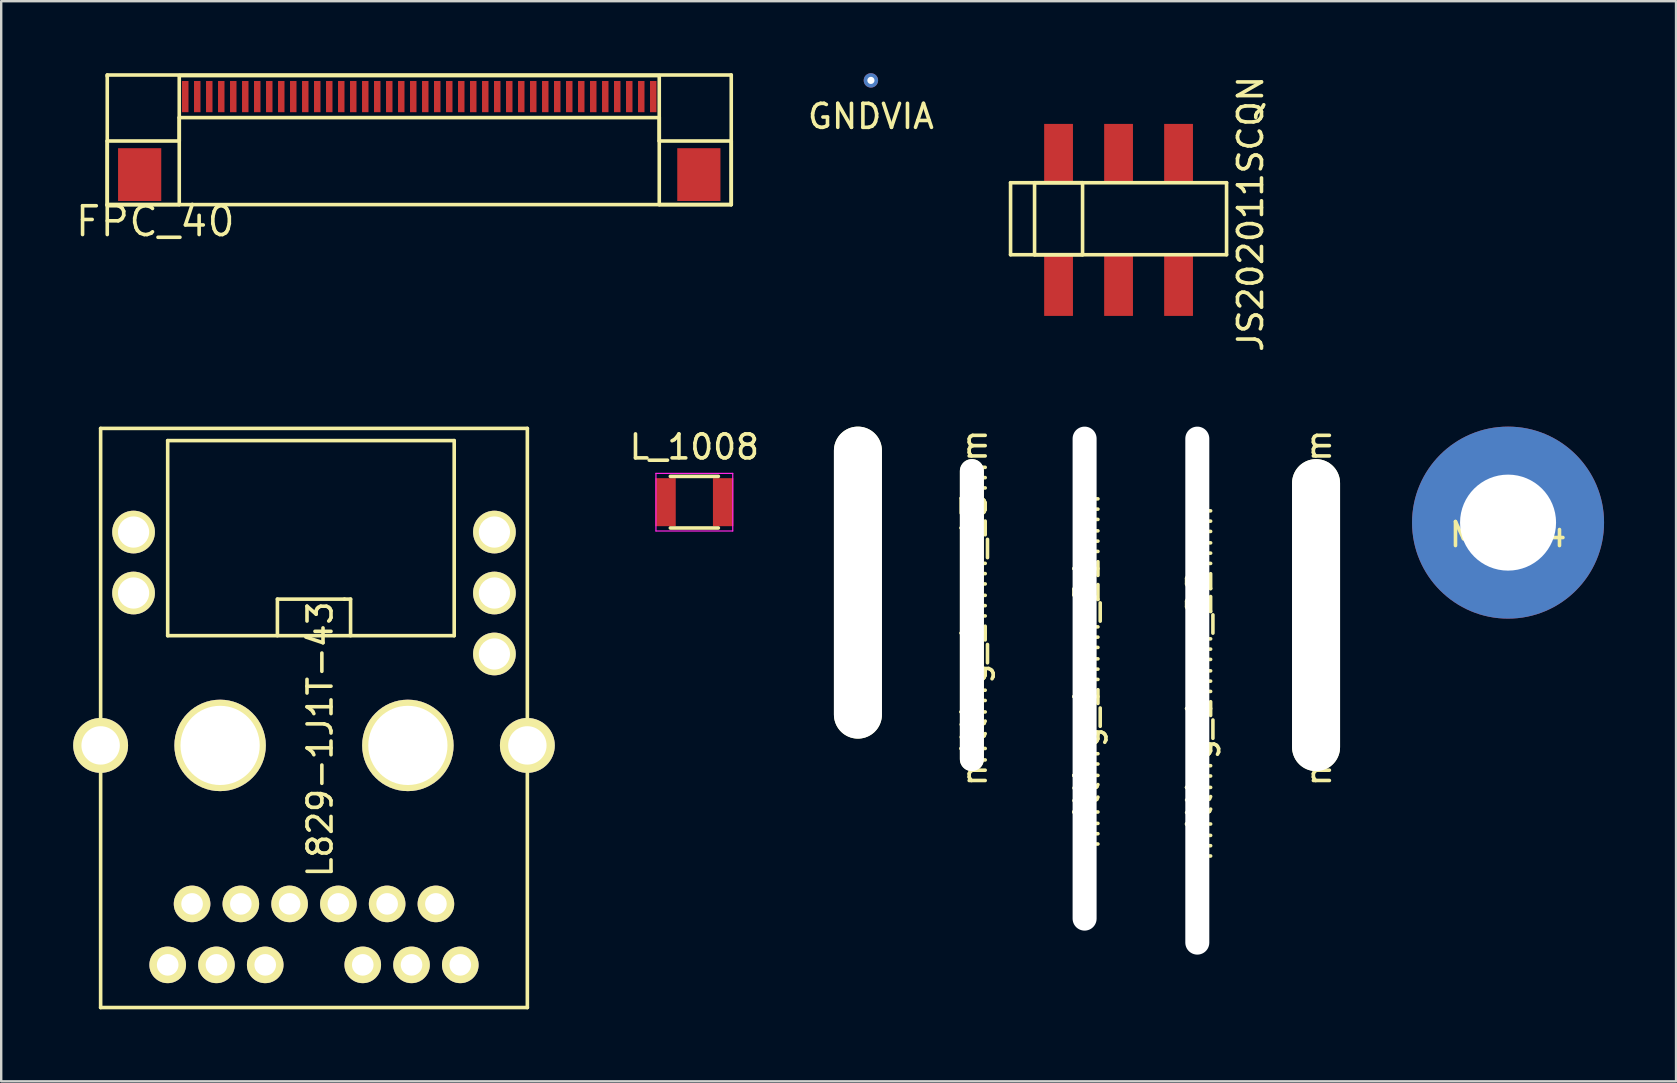
<source format=kicad_pcb>
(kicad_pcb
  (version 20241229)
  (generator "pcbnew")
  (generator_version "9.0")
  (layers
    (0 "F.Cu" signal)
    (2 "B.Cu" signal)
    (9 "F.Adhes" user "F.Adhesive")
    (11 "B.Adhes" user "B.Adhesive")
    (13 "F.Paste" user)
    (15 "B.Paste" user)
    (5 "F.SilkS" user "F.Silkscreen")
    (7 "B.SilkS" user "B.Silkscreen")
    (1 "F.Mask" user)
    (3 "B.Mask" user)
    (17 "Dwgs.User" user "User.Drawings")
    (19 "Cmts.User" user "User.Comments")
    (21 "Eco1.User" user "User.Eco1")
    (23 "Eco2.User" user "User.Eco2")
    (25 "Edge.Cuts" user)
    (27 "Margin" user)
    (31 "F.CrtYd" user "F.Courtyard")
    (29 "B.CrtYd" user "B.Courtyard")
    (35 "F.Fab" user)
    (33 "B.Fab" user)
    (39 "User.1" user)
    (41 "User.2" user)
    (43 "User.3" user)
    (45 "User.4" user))
  (footprint "GNDVIA"
    (layer "F.Cu")
    (at 33.238 0.3)
    (property "Reference" "GNDVIA" (at 0 1.5 0) (layer "F.SilkS") (effects (font (size 1 1) (thickness 0.15))))
    (attr through_hole)
    (pad "GND" thru_hole circle (at 0 0) (size 0.6 0.6) (drill 0.3) (layers "*.Cu" "*.Mask")))
  (footprint "milling_2mm_13mm"
    (layer "F.Cu")
    (at 51.786 22.58)
    (property "Reference" "milling_2mm_13mm" (at 0.1 -0.3 90) (layer "F.SilkS") (effects (font (size 1 1) (thickness 0.15))))
    (attr through_hole)
    (pad "" np_thru_hole oval (at 0 0) (size 2 13) (drill oval 2 13) (layers "*.Cu" "*.Mask" "F.SilkS")))
  (footprint "milling"
    (layer "F.Cu")
    (at 32.697 21.226)
    (property "Reference" "milling" (at 0.1 -0.3 90) (layer "F.SilkS") (effects (font (size 1 1) (thickness 0.15))))
    (attr through_hole)
    (pad "" np_thru_hole oval (at 0 0) (size 2 13) (drill oval 2 13) (layers "*.Cu" "*.Mask" "F.SilkS")))
  (footprint "L_1008"
    (layer "F.Cu")
    (at 25.881 17.874)
    (property "Reference" "L_1008" (at 0 -2.3 0) (layer "F.SilkS") (effects (font (size 1 1) (thickness 0.15))))
    (attr smd)
    (fp_line (start -1 -1.075) (end 1 -1.075) (stroke (width 0.15) (type solid)) (layer "F.SilkS"))
    (fp_line (start 1 1.075) (end -1 1.075) (stroke (width 0.15) (type solid)) (layer "F.SilkS"))
    (fp_line (start -1.6 -1.2) (end -1.6 1.2) (stroke (width 0.05) (type solid)) (layer "F.CrtYd"))
    (fp_line (start -1.6 -1.2) (end 1.6 -1.2) (stroke (width 0.05) (type solid)) (layer "F.CrtYd"))
    (fp_line (start -1.6 1.2) (end 1.6 1.2) (stroke (width 0.05) (type solid)) (layer "F.CrtYd"))
    (fp_line (start 1.6 -1.2) (end 1.6 1.2) (stroke (width 0.05) (type solid)) (layer "F.CrtYd"))
    (pad "1" smd rect (at -1.2 0) (size 0.85 2) (layers "F.Cu" "F.Mask" "F.Paste"))
    (pad "2" smd rect (at 1.2 0) (size 0.85 2) (layers "F.Cu" "F.Mask" "F.Paste")))
  (footprint "milling_1mm_13mm"
    (layer "F.Cu")
    (at 37.445 22.58)
    (property "Reference" "milling_1mm_13mm" (at 0.1 -0.3 90) (layer "F.SilkS") (effects (font (size 1 1) (thickness 0.15))))
    (attr through_hole)
    (pad "" np_thru_hole oval (at 0 0) (size 1 13) (drill oval 1 13) (layers "*.Cu" "*.Mask" "F.SilkS")))
  (footprint "JS202011SCQN"
    (layer "F.Cu")
    (at 43.557 5.163)
    (property "Reference" "JS202011SCQN" (at 5.5 0.7 90) (layer "F.SilkS") (effects (font (size 1 1) (thickness 0.15))))
    (attr through_hole)
    (fp_line (start -4.5 -0.6) (end 4.5 -0.6) (stroke (width 0.15) (type solid)) (layer "F.SilkS"))
    (fp_line (start -4.5 2.4) (end -4.5 -0.6) (stroke (width 0.15) (type solid)) (layer "F.SilkS"))
    (fp_line (start -3.5 -0.6) (end -1.5 -0.6) (stroke (width 0.15) (type solid)) (layer "F.SilkS"))
    (fp_line (start -3.5 2.4) (end -3.5 -0.6) (stroke (width 0.15) (type solid)) (layer "F.SilkS"))
    (fp_line (start -1.5 -0.6) (end -1.5 2.4) (stroke (width 0.15) (type solid)) (layer "F.SilkS"))
    (fp_line (start -1.5 2.4) (end -3.5 2.4) (stroke (width 0.15) (type solid)) (layer "F.SilkS"))
    (fp_line (start 4.5 -0.6) (end 4.5 2.4) (stroke (width 0.15) (type solid)) (layer "F.SilkS"))
    (fp_line (start 4.5 2.4) (end -4.5 2.4) (stroke (width 0.15) (type solid)) (layer "F.SilkS"))
    (pad "1" smd rect (at -2.5 3.7) (size 1.2 2.5) (layers "F.Cu" "F.Mask" "F.Paste"))
    (pad "2" smd rect (at 0 3.7) (size 1.2 2.5) (layers "F.Cu" "F.Mask" "F.Paste"))
    (pad "3" smd rect (at 2.5 3.7) (size 1.2 2.5) (layers "F.Cu" "F.Mask" "F.Paste"))
    (pad "4" smd rect (at -2.5 -1.8) (size 1.2 2.5) (layers "F.Cu" "F.Mask" "F.Paste"))
    (pad "5" smd rect (at 0 -1.8) (size 1.2 2.5) (layers "F.Cu" "F.Mask" "F.Paste"))
    (pad "6" smd rect (at 2.5 -1.8) (size 1.2 2.5) (layers "F.Cu" "F.Mask" "F.Paste")))
  (footprint "milling_1mm_21mm"
    (layer "F.Cu")
    (at 42.142 25.226)
    (property "Reference" "milling_1mm_21mm" (at 0.1 -0.3 90) (layer "F.SilkS") (effects (font (size 1 1) (thickness 0.15))))
    (attr through_hole)
    (pad "" np_thru_hole oval (at 0 0) (size 1 21) (drill oval 1 21) (layers "*.Cu" "*.Mask")))
  (footprint "MNT04"
    (layer "F.Cu")
    (at 59.786 18.726)
    (property "Reference" "MNT04" (at 0 0.5 0) (layer "F.SilkS") (effects (font (size 1 1) (thickness 0.15))))
    (attr exclude_from_pos_files exclude_from_bom)
    (pad "1" thru_hole circle (at 0 0) (size 8 8) (drill 4) (layers "*.Cu" "*.Mask")))
  (footprint "milling_1mm_22mm"
    (layer "F.Cu")
    (at 46.838 25.726)
    (property "Reference" "milling_1mm_22mm" (at 0.1 -0.3 90) (layer "F.SilkS") (effects (font (size 1 1) (thickness 0.15))))
    (attr exclude_from_pos_files exclude_from_bom)
    (pad "" np_thru_hole oval (at 0 0) (size 1 22) (drill oval 1 22) (layers "*.Cu" "*.Mask")))
  (footprint "L829-1J1T-43"
    (layer "F.Cu")
    (at 10.033 28.009)
    (property "Reference" "L829-1J1T-43" (at 0.254 -0.254 90) (layer "F.SilkS") (effects (font (size 1 1) (thickness 0.15))))
    (attr through_hole)
    (fp_line (start -8.89 -13.208) (end -8.89 0) (stroke (width 0.15) (type solid)) (layer "F.SilkS"))
    (fp_line (start -8.89 0) (end -8.89 10.922) (stroke (width 0.15) (type solid)) (layer "F.SilkS"))
    (fp_line (start -8.89 10.922) (end 8.89 10.922) (stroke (width 0.15) (type solid)) (layer "F.SilkS"))
    (fp_line (start -6.096 -12.7) (end 5.842 -12.7) (stroke (width 0.15) (type solid)) (layer "F.SilkS"))
    (fp_line (start -6.096 -4.572) (end -6.096 -12.7) (stroke (width 0.15) (type solid)) (layer "F.SilkS"))
    (fp_line (start -1.524 -6.096) (end 1.27 -6.096) (stroke (width 0.15) (type solid)) (layer "F.SilkS"))
    (fp_line (start -1.524 -4.572) (end -1.524 -6.096) (stroke (width 0.15) (type solid)) (layer "F.SilkS"))
    (fp_line (start 1.27 -6.096) (end 1.524 -6.096) (stroke (width 0.15) (type solid)) (layer "F.SilkS"))
    (fp_line (start 1.524 -6.096) (end 1.524 -4.572) (stroke (width 0.15) (type solid)) (layer "F.SilkS"))
    (fp_line (start 5.842 -12.7) (end 5.842 -4.572) (stroke (width 0.15) (type solid)) (layer "F.SilkS"))
    (fp_line (start 5.842 -4.572) (end -6.096 -4.572) (stroke (width 0.15) (type solid)) (layer "F.SilkS"))
    (fp_line (start 8.89 -13.208) (end -8.89 -13.208) (stroke (width 0.15) (type solid)) (layer "F.SilkS"))
    (fp_line (start 8.89 0) (end 8.89 -13.208) (stroke (width 0.15) (type solid)) (layer "F.SilkS"))
    (fp_line (start 8.89 10.922) (end 8.89 0) (stroke (width 0.15) (type solid)) (layer "F.SilkS"))
    (pad "1" thru_hole circle (at -5.08 6.604) (size 1.524 1.524) (drill 0.9) (layers "*.Cu" "*.Mask" "F.SilkS"))
    (pad "2" thru_hole circle (at -3.048 6.604) (size 1.524 1.524) (drill 0.9) (layers "*.Cu" "*.Mask" "F.SilkS"))
    (pad "3" thru_hole circle (at -1.016 6.604) (size 1.524 1.524) (drill 0.9) (layers "*.Cu" "*.Mask" "F.SilkS"))
    (pad "4" thru_hole circle (at 1.016 6.604) (size 1.524 1.524) (drill 0.9) (layers "*.Cu" "*.Mask" "F.SilkS"))
    (pad "5" thru_hole circle (at 3.048 6.604) (size 1.524 1.524) (drill 0.9) (layers "*.Cu" "*.Mask" "F.SilkS"))
    (pad "6" thru_hole circle (at 5.08 6.604) (size 1.524 1.524) (drill 0.9) (layers "*.Cu" "*.Mask" "F.SilkS"))
    (pad "7" thru_hole circle (at -6.096 9.144) (size 1.524 1.524) (drill 0.9) (layers "*.Cu" "*.Mask" "F.SilkS"))
    (pad "8" thru_hole circle (at -4.064 9.144) (size 1.524 1.524) (drill 0.9) (layers "*.Cu" "*.Mask" "F.SilkS"))
    (pad "9" thru_hole circle (at -2.032 9.144) (size 1.524 1.524) (drill 0.9) (layers "*.Cu" "*.Mask" "F.SilkS"))
    (pad "10" thru_hole circle (at 2.032 9.144) (size 1.524 1.524) (drill 0.9) (layers "*.Cu" "*.Mask" "F.SilkS"))
    (pad "11" thru_hole circle (at 4.064 9.144) (size 1.524 1.524) (drill 0.9) (layers "*.Cu" "*.Mask" "F.SilkS"))
    (pad "12" thru_hole circle (at 6.096 9.144) (size 1.524 1.524) (drill 0.9) (layers "*.Cu" "*.Mask" "F.SilkS"))
    (pad "13" thru_hole circle (at -7.518 -6.35) (size 1.778 1.778) (drill 1.3) (layers "*.Cu" "*.Mask" "F.SilkS"))
    (pad "14" thru_hole circle (at -7.518 -8.89) (size 1.778 1.778) (drill 1.3) (layers "*.Cu" "*.Mask" "F.SilkS"))
    (pad "15" thru_hole circle (at 7.518 -3.81) (size 1.778 1.778) (drill 1.3) (layers "*.Cu" "*.Mask" "F.SilkS"))
    (pad "16" thru_hole circle (at 7.518 -6.35) (size 1.778 1.778) (drill 1.3) (layers "*.Cu" "*.Mask" "F.SilkS"))
    (pad "17" thru_hole circle (at 7.518 -8.89) (size 1.778 1.778) (drill 1.3) (layers "*.Cu" "*.Mask" "F.SilkS"))
    (pad "18" thru_hole circle (at -3.912 0) (size 3.81 3.81) (drill 3.3) (layers "*.Cu" "*.Mask" "F.SilkS"))
    (pad "19" thru_hole circle (at 3.912 0) (size 3.81 3.81) (drill 3.3) (layers "*.Cu" "*.Mask" "F.SilkS"))
    (pad "20" thru_hole circle (at -8.89 0) (size 2.286 2.286) (drill 1.6) (layers "*.Cu" "*.Mask" "F.SilkS"))
    (pad "21" thru_hole circle (at 8.89 0) (size 2.286 2.286) (drill 1.6) (layers "*.Cu" "*.Mask" "F.SilkS")))
  (footprint "FPC_40"
    (layer "F.Cu")
    (at 14.419 2.775)
    (property "Reference" "FPC_40" (at -11 3.4 0) (layer "F.SilkS") (effects (font (size 1.2 1.2) (thickness 0.15))))
    (attr through_hole)
    (fp_line (start -13 -2.7) (end 13 -2.7) (stroke (width 0.15) (type solid)) (layer "F.SilkS"))
    (fp_line (start -13 -2.65) (end -13 -2.7) (stroke (width 0.15) (type solid)) (layer "F.SilkS"))
    (fp_line (start -13 0.05) (end -10 0.05) (stroke (width 0.15) (type solid)) (layer "F.SilkS"))
    (fp_line (start -13 2.7) (end -13 -2.65) (stroke (width 0.15) (type solid)) (layer "F.SilkS"))
    (fp_line (start -13 2.7) (end -13 0.05) (stroke (width 0.15) (type solid)) (layer "F.SilkS"))
    (fp_line (start -10 -2.675) (end 10 -2.675) (stroke (width 0.15) (type solid)) (layer "F.SilkS"))
    (fp_line (start -10 -0.925) (end -10 2.7) (stroke (width 0.15) (type solid)) (layer "F.SilkS"))
    (fp_line (start -10 -0.925) (end 10 -0.925) (stroke (width 0.15) (type solid)) (layer "F.SilkS"))
    (fp_line (start -10 0.05) (end -10 -2.675) (stroke (width 0.15) (type solid)) (layer "F.SilkS"))
    (fp_line (start -10 2.7) (end -13 2.7) (stroke (width 0.15) (type solid)) (layer "F.SilkS"))
    (fp_line (start 10 -0.925) (end 10 2.7) (stroke (width 0.15) (type solid)) (layer "F.SilkS"))
    (fp_line (start 10 0.05) (end 10 -2.675) (stroke (width 0.15) (type solid)) (layer "F.SilkS"))
    (fp_line (start 10 2.7) (end 13 2.7) (stroke (width 0.15) (type solid)) (layer "F.SilkS"))
    (fp_line (start 13 -2.7) (end 13 2.7) (stroke (width 0.15) (type solid)) (layer "F.SilkS"))
    (fp_line (start 13 0.05) (end 10 0.05) (stroke (width 0.15) (type solid)) (layer "F.SilkS"))
    (fp_line (start 13 2.7) (end -13 2.7) (stroke (width 0.15) (type solid)) (layer "F.SilkS"))
    (fp_line (start 13 2.7) (end 13 0.05) (stroke (width 0.15) (type solid)) (layer "F.SilkS"))
    (pad "0" smd rect (at -11.65 1.45) (size 1.8 2.2) (layers "F.Cu" "F.Mask" "F.Paste"))
    (pad "0" smd rect (at 11.65 1.45) (size 1.8 2.2) (layers "F.Cu" "F.Mask" "F.Paste"))
    (pad "1" smd rect (at -9.75 -1.8) (size 0.27 1.3) (layers "F.Cu" "F.Mask" "F.Paste"))
    (pad "2" smd rect (at -9.25 -1.8) (size 0.27 1.3) (layers "F.Cu" "F.Mask" "F.Paste"))
    (pad "3" smd rect (at -8.75 -1.8) (size 0.27 1.3) (layers "F.Cu" "F.Mask" "F.Paste"))
    (pad "4" smd rect (at -8.25 -1.8) (size 0.27 1.3) (layers "F.Cu" "F.Mask" "F.Paste"))
    (pad "5" smd rect (at -7.75 -1.8) (size 0.27 1.3) (layers "F.Cu" "F.Mask" "F.Paste"))
    (pad "6" smd rect (at -7.25 -1.8) (size 0.27 1.3) (layers "F.Cu" "F.Mask" "F.Paste"))
    (pad "7" smd rect (at -6.75 -1.8) (size 0.27 1.3) (layers "F.Cu" "F.Mask" "F.Paste"))
    (pad "8" smd rect (at -6.25 -1.8) (size 0.27 1.3) (layers "F.Cu" "F.Mask" "F.Paste"))
    (pad "9" smd rect (at -5.75 -1.8) (size 0.27 1.3) (layers "F.Cu" "F.Mask" "F.Paste"))
    (pad "10" smd rect (at -5.25 -1.8) (size 0.27 1.3) (layers "F.Cu" "F.Mask" "F.Paste"))
    (pad "11" smd rect (at -4.75 -1.8) (size 0.27 1.3) (layers "F.Cu" "F.Mask" "F.Paste"))
    (pad "12" smd rect (at -4.25 -1.8) (size 0.27 1.3) (layers "F.Cu" "F.Mask" "F.Paste"))
    (pad "13" smd rect (at -3.75 -1.8) (size 0.27 1.3) (layers "F.Cu" "F.Mask" "F.Paste"))
    (pad "14" smd rect (at -3.25 -1.8) (size 0.27 1.3) (layers "F.Cu" "F.Mask" "F.Paste"))
    (pad "15" smd rect (at -2.75 -1.8) (size 0.27 1.3) (layers "F.Cu" "F.Mask" "F.Paste"))
    (pad "16" smd rect (at -2.25 -1.8) (size 0.27 1.3) (layers "F.Cu" "F.Mask" "F.Paste"))
    (pad "17" smd rect (at -1.75 -1.8) (size 0.27 1.3) (layers "F.Cu" "F.Mask" "F.Paste"))
    (pad "18" smd rect (at -1.25 -1.8) (size 0.27 1.3) (layers "F.Cu" "F.Mask" "F.Paste"))
    (pad "19" smd rect (at -0.75 -1.8) (size 0.27 1.3) (layers "F.Cu" "F.Mask" "F.Paste"))
    (pad "20" smd rect (at -0.25 -1.8) (size 0.27 1.3) (layers "F.Cu" "F.Mask" "F.Paste"))
    (pad "21" smd rect (at 0.25 -1.8) (size 0.27 1.3) (layers "F.Cu" "F.Mask" "F.Paste"))
    (pad "22" smd rect (at 0.75 -1.8) (size 0.27 1.3) (layers "F.Cu" "F.Mask" "F.Paste"))
    (pad "23" smd rect (at 1.25 -1.8) (size 0.27 1.3) (layers "F.Cu" "F.Mask" "F.Paste"))
    (pad "24" smd rect (at 1.75 -1.8) (size 0.27 1.3) (layers "F.Cu" "F.Mask" "F.Paste"))
    (pad "25" smd rect (at 2.25 -1.8) (size 0.27 1.3) (layers "F.Cu" "F.Mask" "F.Paste"))
    (pad "26" smd rect (at 2.75 -1.8) (size 0.27 1.3) (layers "F.Cu" "F.Mask" "F.Paste"))
    (pad "27" smd rect (at 3.25 -1.8) (size 0.27 1.3) (layers "F.Cu" "F.Mask" "F.Paste"))
    (pad "28" smd rect (at 3.75 -1.8) (size 0.27 1.3) (layers "F.Cu" "F.Mask" "F.Paste"))
    (pad "29" smd rect (at 4.25 -1.8) (size 0.27 1.3) (layers "F.Cu" "F.Mask" "F.Paste"))
    (pad "30" smd rect (at 4.75 -1.8) (size 0.27 1.3) (layers "F.Cu" "F.Mask" "F.Paste"))
    (pad "31" smd rect (at 5.25 -1.8) (size 0.27 1.3) (layers "F.Cu" "F.Mask" "F.Paste"))
    (pad "32" smd rect (at 5.75 -1.8) (size 0.27 1.3) (layers "F.Cu" "F.Mask" "F.Paste"))
    (pad "33" smd rect (at 6.25 -1.8) (size 0.27 1.3) (layers "F.Cu" "F.Mask" "F.Paste"))
    (pad "34" smd rect (at 6.75 -1.8) (size 0.27 1.3) (layers "F.Cu" "F.Mask" "F.Paste"))
    (pad "35" smd rect (at 7.25 -1.8) (size 0.27 1.3) (layers "F.Cu" "F.Mask" "F.Paste"))
    (pad "36" smd rect (at 7.75 -1.8) (size 0.27 1.3) (layers "F.Cu" "F.Mask" "F.Paste"))
    (pad "37" smd rect (at 8.25 -1.8) (size 0.27 1.3) (layers "F.Cu" "F.Mask" "F.Paste"))
    (pad "38" smd rect (at 8.75 -1.8) (size 0.27 1.3) (layers "F.Cu" "F.Mask" "F.Paste"))
    (pad "39" smd rect (at 9.25 -1.8) (size 0.27 1.3) (layers "F.Cu" "F.Mask" "F.Paste"))
    (pad "40" smd rect (at 9.75 -1.8) (size 0.27 1.3) (layers "F.Cu" "F.Mask" "F.Paste")))
  (gr_rect
    (start -3 -3)
    (end 66.786 42.006)
    (stroke (width 0.1) (type default))
    (fill no)
    (layer "Edge.Cuts")))
</source>
